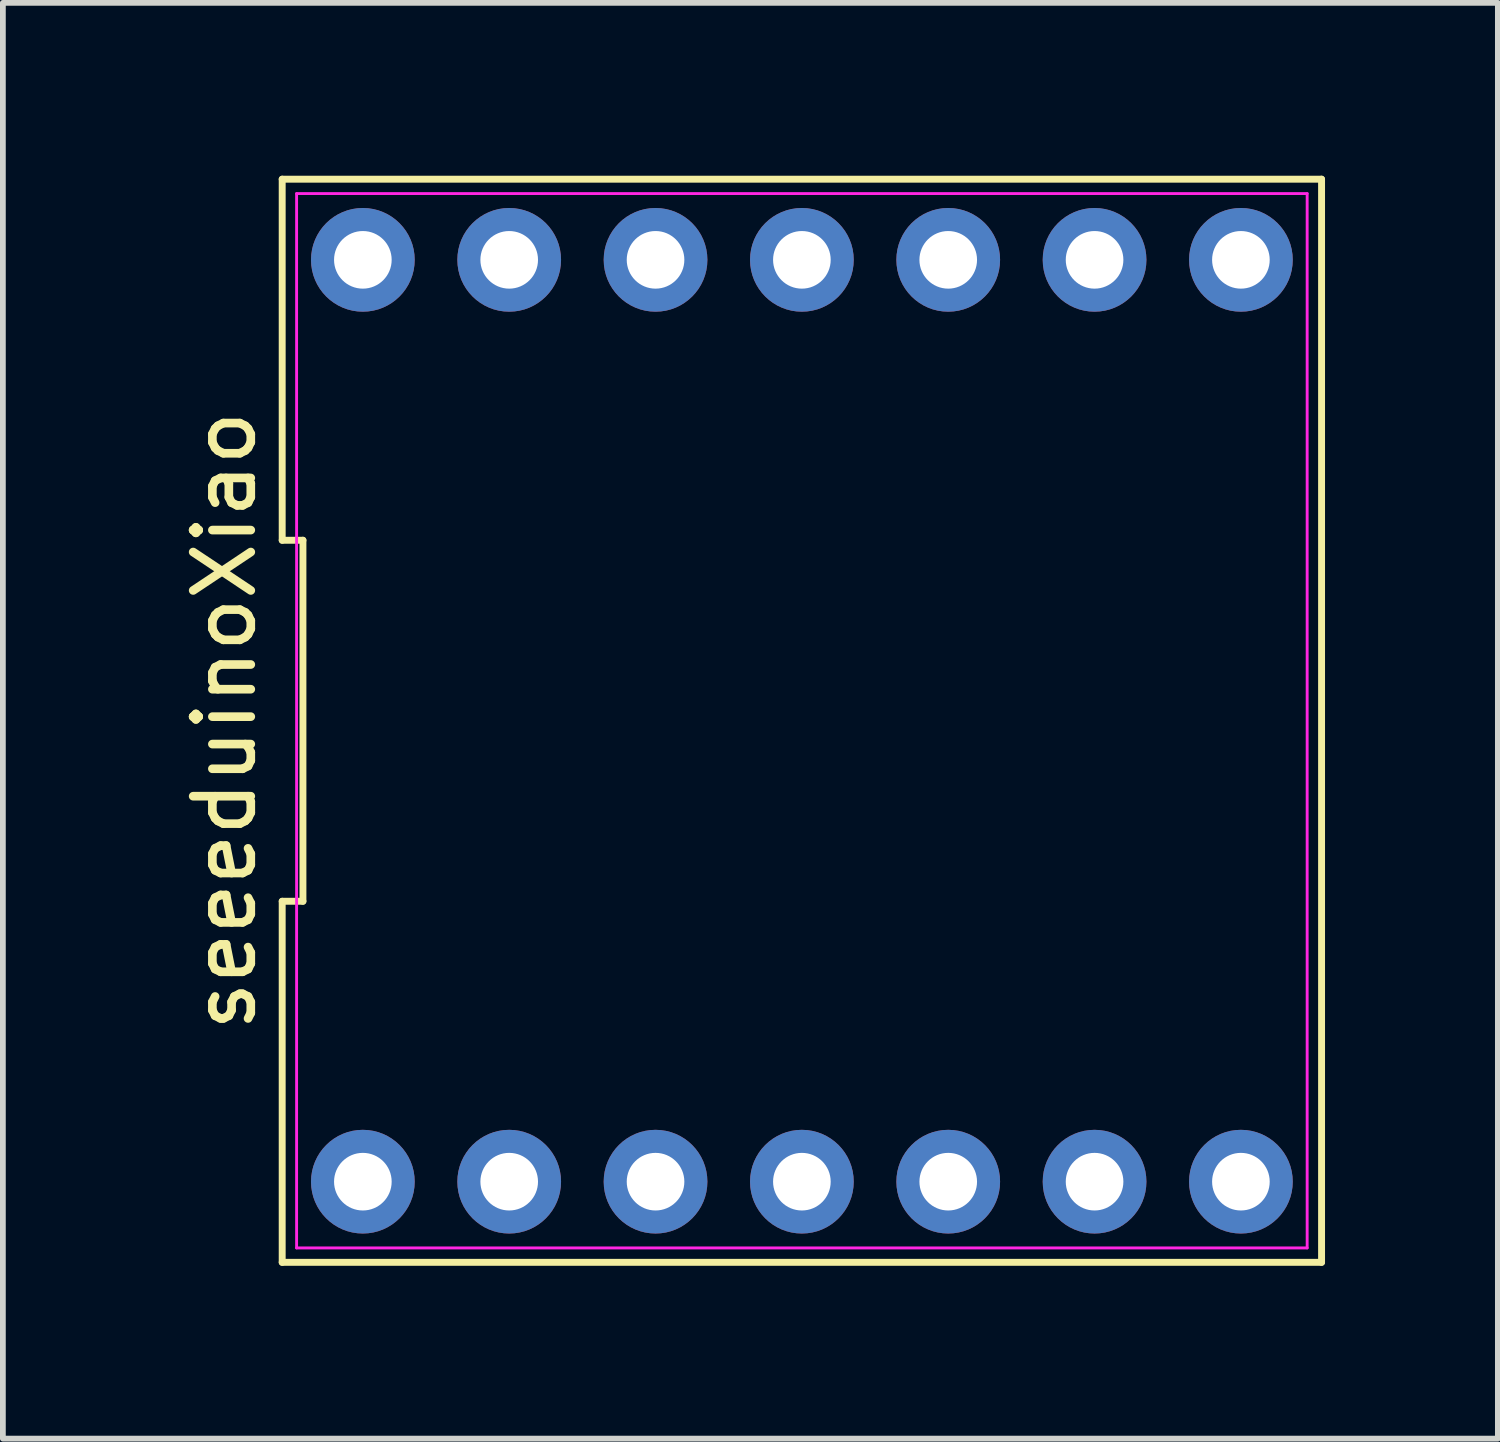
<source format=kicad_pcb>
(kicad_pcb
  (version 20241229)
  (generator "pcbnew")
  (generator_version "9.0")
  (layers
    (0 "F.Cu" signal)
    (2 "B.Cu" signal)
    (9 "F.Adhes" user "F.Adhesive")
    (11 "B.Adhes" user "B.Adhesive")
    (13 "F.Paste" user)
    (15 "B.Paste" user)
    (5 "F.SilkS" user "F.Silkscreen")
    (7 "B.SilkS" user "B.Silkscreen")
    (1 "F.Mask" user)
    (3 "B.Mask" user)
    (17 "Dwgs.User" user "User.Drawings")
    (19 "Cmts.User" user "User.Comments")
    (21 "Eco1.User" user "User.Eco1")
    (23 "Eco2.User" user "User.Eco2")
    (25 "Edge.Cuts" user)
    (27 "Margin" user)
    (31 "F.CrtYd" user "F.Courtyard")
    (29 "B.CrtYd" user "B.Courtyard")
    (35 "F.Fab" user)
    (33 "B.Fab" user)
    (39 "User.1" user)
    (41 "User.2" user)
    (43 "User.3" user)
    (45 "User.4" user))
  (footprint "seeeduinoXiao"
    (layer "F.Cu")
    (at 10.868 9.46)
    (property "Reference" "seeeduinoXiao" (at -10.02 0 90) (layer "F.SilkS") (effects (font (size 1 1) (thickness 0.15))))
    (attr through_hole)
    (fp_line (start -9.02 -9.4) (end -9.02 -3.133) (stroke (width 0.12) (type solid)) (layer "F.SilkS"))
    (fp_line (start -9.02 -3.133) (end -8.66 -3.133) (stroke (width 0.12) (type solid)) (layer "F.SilkS"))
    (fp_line (start -9.02 3.133) (end -9.02 9.4) (stroke (width 0.12) (type solid)) (layer "F.SilkS"))
    (fp_line (start -9.02 9.4) (end 9.02 9.4) (stroke (width 0.12) (type solid)) (layer "F.SilkS"))
    (fp_line (start -8.66 -3.133) (end -8.66 3.133) (stroke (width 0.12) (type solid)) (layer "F.SilkS"))
    (fp_line (start -8.66 3.133) (end -9.02 3.133) (stroke (width 0.12) (type solid)) (layer "F.SilkS"))
    (fp_line (start 9.02 -9.4) (end -9.02 -9.4) (stroke (width 0.12) (type solid)) (layer "F.SilkS"))
    (fp_line (start 9.02 9.4) (end 9.02 -9.4) (stroke (width 0.12) (type solid)) (layer "F.SilkS"))
    (fp_line (start -8.77 -9.15) (end 8.77 -9.15) (stroke (width 0.05) (type solid)) (layer "F.CrtYd"))
    (fp_line (start -8.77 9.15) (end -8.77 -9.15) (stroke (width 0.05) (type solid)) (layer "F.CrtYd"))
    (fp_line (start 8.77 -9.15) (end 8.77 9.15) (stroke (width 0.05) (type solid)) (layer "F.CrtYd"))
    (fp_line (start 8.77 9.15) (end -8.77 9.15) (stroke (width 0.05) (type solid)) (layer "F.CrtYd"))
    (pad "1" thru_hole circle (at -7.62 8) (size 1.8 1.8) (drill 1) (layers "*.Cu" "*.Mask"))
    (pad "2" thru_hole circle (at -5.08 8) (size 1.8 1.8) (drill 1) (layers "*.Cu" "*.Mask"))
    (pad "3" thru_hole circle (at -2.54 8) (size 1.8 1.8) (drill 1) (layers "*.Cu" "*.Mask"))
    (pad "4" thru_hole circle (at 0 8) (size 1.8 1.8) (drill 1) (layers "*.Cu" "*.Mask"))
    (pad "5" thru_hole circle (at 2.54 8) (size 1.8 1.8) (drill 1) (layers "*.Cu" "*.Mask"))
    (pad "6" thru_hole circle (at 5.08 8) (size 1.8 1.8) (drill 1) (layers "*.Cu" "*.Mask"))
    (pad "7" thru_hole circle (at 7.62 8) (size 1.8 1.8) (drill 1) (layers "*.Cu" "*.Mask"))
    (pad "8" thru_hole circle (at 7.62 -8) (size 1.8 1.8) (drill 1) (layers "*.Cu" "*.Mask"))
    (pad "9" thru_hole circle (at 5.08 -8) (size 1.8 1.8) (drill 1) (layers "*.Cu" "*.Mask"))
    (pad "10" thru_hole circle (at 2.54 -8) (size 1.8 1.8) (drill 1) (layers "*.Cu" "*.Mask"))
    (pad "11" thru_hole circle (at 0 -8) (size 1.8 1.8) (drill 1) (layers "*.Cu" "*.Mask"))
    (pad "12" thru_hole circle (at -2.54 -8) (size 1.8 1.8) (drill 1) (layers "*.Cu" "*.Mask"))
    (pad "13" thru_hole circle (at -5.08 -8) (size 1.8 1.8) (drill 1) (layers "*.Cu" "*.Mask"))
    (pad "14" thru_hole circle (at -7.62 -8) (size 1.8 1.8) (drill 1) (layers "*.Cu" "*.Mask")))
  (gr_rect
    (start -3 -3)
    (end 22.948 21.92)
    (stroke (width 0.1) (type default))
    (fill no)
    (layer "Edge.Cuts")))
</source>
